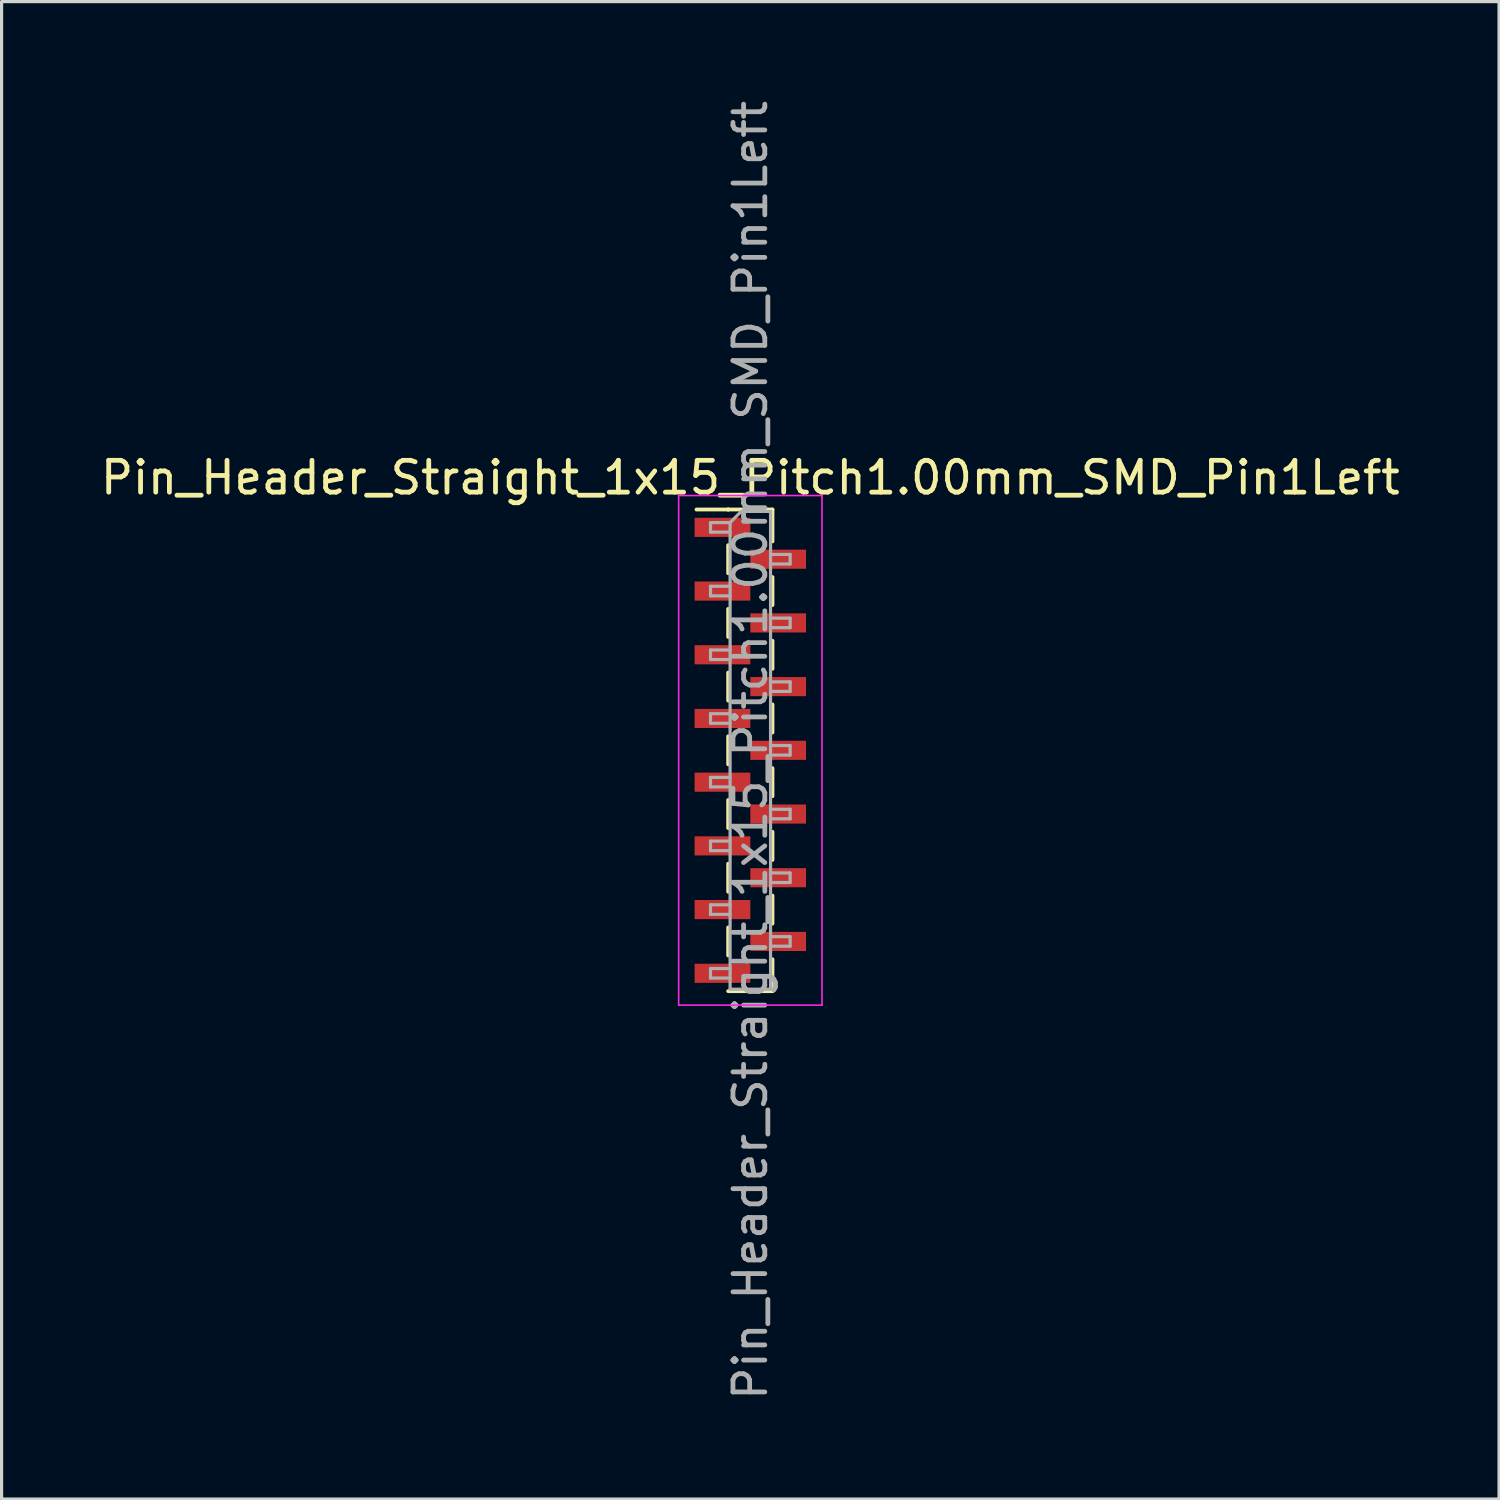
<source format=kicad_pcb>
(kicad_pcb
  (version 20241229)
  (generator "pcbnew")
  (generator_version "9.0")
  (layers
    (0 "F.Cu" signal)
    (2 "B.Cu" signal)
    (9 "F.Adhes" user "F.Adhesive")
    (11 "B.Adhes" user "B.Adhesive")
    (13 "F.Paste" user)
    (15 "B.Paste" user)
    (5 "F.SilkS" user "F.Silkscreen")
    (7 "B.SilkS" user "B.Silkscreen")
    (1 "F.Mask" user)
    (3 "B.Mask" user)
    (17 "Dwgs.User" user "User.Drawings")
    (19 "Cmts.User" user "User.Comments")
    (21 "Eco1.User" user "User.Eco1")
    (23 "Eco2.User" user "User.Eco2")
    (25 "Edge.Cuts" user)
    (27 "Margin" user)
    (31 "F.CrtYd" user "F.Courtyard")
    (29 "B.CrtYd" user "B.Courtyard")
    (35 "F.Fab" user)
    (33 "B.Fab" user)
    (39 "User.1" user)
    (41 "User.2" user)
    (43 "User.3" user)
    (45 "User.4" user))
  (footprint "Pin_Header_Straight_1x15_Pitch1.00mm_SMD_Pin1Left"
    (layer "F.Cu")
    (at 20.506 20.506)
    (property "Reference" "Pin_Header_Straight_1x15_Pitch1.00mm_SMD_Pin1Left" (at 0 -8.56 0) (layer "F.SilkS") (effects (font (size 1 1) (thickness 0.15))))
    (attr smd)
    (fp_line (start -0.695 -7.56) (end -1.69 -7.56) (stroke (width 0.12) (type solid)) (layer "F.SilkS"))
    (fp_line (start -0.695 -7.56) (end -0.695 -7.56) (stroke (width 0.12) (type solid)) (layer "F.SilkS"))
    (fp_line (start -0.695 -7.56) (end 0.695 -7.56) (stroke (width 0.12) (type solid)) (layer "F.SilkS"))
    (fp_line (start -0.695 -6.44) (end -0.695 -5.56) (stroke (width 0.12) (type solid)) (layer "F.SilkS"))
    (fp_line (start -0.695 -4.44) (end -0.695 -3.56) (stroke (width 0.12) (type solid)) (layer "F.SilkS"))
    (fp_line (start -0.695 -2.44) (end -0.695 -1.56) (stroke (width 0.12) (type solid)) (layer "F.SilkS"))
    (fp_line (start -0.695 -0.44) (end -0.695 0.44) (stroke (width 0.12) (type solid)) (layer "F.SilkS"))
    (fp_line (start -0.695 1.56) (end -0.695 2.44) (stroke (width 0.12) (type solid)) (layer "F.SilkS"))
    (fp_line (start -0.695 3.56) (end -0.695 4.44) (stroke (width 0.12) (type solid)) (layer "F.SilkS"))
    (fp_line (start -0.695 5.56) (end -0.695 6.44) (stroke (width 0.12) (type solid)) (layer "F.SilkS"))
    (fp_line (start -0.695 7.56) (end 0.695 7.56) (stroke (width 0.12) (type solid)) (layer "F.SilkS"))
    (fp_line (start 0.695 -7.56) (end 0.695 -6.56) (stroke (width 0.12) (type solid)) (layer "F.SilkS"))
    (fp_line (start 0.695 -5.44) (end 0.695 -4.56) (stroke (width 0.12) (type solid)) (layer "F.SilkS"))
    (fp_line (start 0.695 -3.44) (end 0.695 -2.56) (stroke (width 0.12) (type solid)) (layer "F.SilkS"))
    (fp_line (start 0.695 -1.44) (end 0.695 -0.56) (stroke (width 0.12) (type solid)) (layer "F.SilkS"))
    (fp_line (start 0.695 0.56) (end 0.695 1.44) (stroke (width 0.12) (type solid)) (layer "F.SilkS"))
    (fp_line (start 0.695 2.56) (end 0.695 3.44) (stroke (width 0.12) (type solid)) (layer "F.SilkS"))
    (fp_line (start 0.695 4.56) (end 0.695 5.44) (stroke (width 0.12) (type solid)) (layer "F.SilkS"))
    (fp_line (start 0.695 6.56) (end 0.695 7.56) (stroke (width 0.12) (type solid)) (layer "F.SilkS"))
    (fp_line (start 0.695 7.56) (end 0.695 7.56) (stroke (width 0.12) (type solid)) (layer "F.SilkS"))
    (fp_line (start -2.25 -8) (end -2.25 8) (stroke (width 0.05) (type solid)) (layer "F.CrtYd"))
    (fp_line (start -2.25 8) (end 2.25 8) (stroke (width 0.05) (type solid)) (layer "F.CrtYd"))
    (fp_line (start 2.25 -8) (end -2.25 -8) (stroke (width 0.05) (type solid)) (layer "F.CrtYd"))
    (fp_line (start 2.25 8) (end 2.25 -8) (stroke (width 0.05) (type solid)) (layer "F.CrtYd"))
    (fp_line (start -1.25 -7.15) (end -1.25 -6.85) (stroke (width 0.1) (type solid)) (layer "F.Fab"))
    (fp_line (start -1.25 -6.85) (end -0.635 -6.85) (stroke (width 0.1) (type solid)) (layer "F.Fab"))
    (fp_line (start -1.25 -5.15) (end -1.25 -4.85) (stroke (width 0.1) (type solid)) (layer "F.Fab"))
    (fp_line (start -1.25 -4.85) (end -0.635 -4.85) (stroke (width 0.1) (type solid)) (layer "F.Fab"))
    (fp_line (start -1.25 -3.15) (end -1.25 -2.85) (stroke (width 0.1) (type solid)) (layer "F.Fab"))
    (fp_line (start -1.25 -2.85) (end -0.635 -2.85) (stroke (width 0.1) (type solid)) (layer "F.Fab"))
    (fp_line (start -1.25 -1.15) (end -1.25 -0.85) (stroke (width 0.1) (type solid)) (layer "F.Fab"))
    (fp_line (start -1.25 -0.85) (end -0.635 -0.85) (stroke (width 0.1) (type solid)) (layer "F.Fab"))
    (fp_line (start -1.25 0.85) (end -1.25 1.15) (stroke (width 0.1) (type solid)) (layer "F.Fab"))
    (fp_line (start -1.25 1.15) (end -0.635 1.15) (stroke (width 0.1) (type solid)) (layer "F.Fab"))
    (fp_line (start -1.25 2.85) (end -1.25 3.15) (stroke (width 0.1) (type solid)) (layer "F.Fab"))
    (fp_line (start -1.25 3.15) (end -0.635 3.15) (stroke (width 0.1) (type solid)) (layer "F.Fab"))
    (fp_line (start -1.25 4.85) (end -1.25 5.15) (stroke (width 0.1) (type solid)) (layer "F.Fab"))
    (fp_line (start -1.25 5.15) (end -0.635 5.15) (stroke (width 0.1) (type solid)) (layer "F.Fab"))
    (fp_line (start -1.25 6.85) (end -1.25 7.15) (stroke (width 0.1) (type solid)) (layer "F.Fab"))
    (fp_line (start -1.25 7.15) (end -0.635 7.15) (stroke (width 0.1) (type solid)) (layer "F.Fab"))
    (fp_line (start -0.635 -7.15) (end -1.25 -7.15) (stroke (width 0.1) (type solid)) (layer "F.Fab"))
    (fp_line (start -0.635 -7.15) (end -0.285 -7.5) (stroke (width 0.1) (type solid)) (layer "F.Fab"))
    (fp_line (start -0.635 -5.15) (end -1.25 -5.15) (stroke (width 0.1) (type solid)) (layer "F.Fab"))
    (fp_line (start -0.635 -3.15) (end -1.25 -3.15) (stroke (width 0.1) (type solid)) (layer "F.Fab"))
    (fp_line (start -0.635 -1.15) (end -1.25 -1.15) (stroke (width 0.1) (type solid)) (layer "F.Fab"))
    (fp_line (start -0.635 0.85) (end -1.25 0.85) (stroke (width 0.1) (type solid)) (layer "F.Fab"))
    (fp_line (start -0.635 2.85) (end -1.25 2.85) (stroke (width 0.1) (type solid)) (layer "F.Fab"))
    (fp_line (start -0.635 4.85) (end -1.25 4.85) (stroke (width 0.1) (type solid)) (layer "F.Fab"))
    (fp_line (start -0.635 6.85) (end -1.25 6.85) (stroke (width 0.1) (type solid)) (layer "F.Fab"))
    (fp_line (start -0.635 7.5) (end -0.635 -7.15) (stroke (width 0.1) (type solid)) (layer "F.Fab"))
    (fp_line (start -0.285 -7.5) (end 0.635 -7.5) (stroke (width 0.1) (type solid)) (layer "F.Fab"))
    (fp_line (start 0.635 -7.5) (end 0.635 7.5) (stroke (width 0.1) (type solid)) (layer "F.Fab"))
    (fp_line (start 0.635 -6.15) (end 1.25 -6.15) (stroke (width 0.1) (type solid)) (layer "F.Fab"))
    (fp_line (start 0.635 -4.15) (end 1.25 -4.15) (stroke (width 0.1) (type solid)) (layer "F.Fab"))
    (fp_line (start 0.635 -2.15) (end 1.25 -2.15) (stroke (width 0.1) (type solid)) (layer "F.Fab"))
    (fp_line (start 0.635 -0.15) (end 1.25 -0.15) (stroke (width 0.1) (type solid)) (layer "F.Fab"))
    (fp_line (start 0.635 1.85) (end 1.25 1.85) (stroke (width 0.1) (type solid)) (layer "F.Fab"))
    (fp_line (start 0.635 3.85) (end 1.25 3.85) (stroke (width 0.1) (type solid)) (layer "F.Fab"))
    (fp_line (start 0.635 5.85) (end 1.25 5.85) (stroke (width 0.1) (type solid)) (layer "F.Fab"))
    (fp_line (start 0.635 7.5) (end -0.635 7.5) (stroke (width 0.1) (type solid)) (layer "F.Fab"))
    (fp_line (start 1.25 -6.15) (end 1.25 -5.85) (stroke (width 0.1) (type solid)) (layer "F.Fab"))
    (fp_line (start 1.25 -5.85) (end 0.635 -5.85) (stroke (width 0.1) (type solid)) (layer "F.Fab"))
    (fp_line (start 1.25 -4.15) (end 1.25 -3.85) (stroke (width 0.1) (type solid)) (layer "F.Fab"))
    (fp_line (start 1.25 -3.85) (end 0.635 -3.85) (stroke (width 0.1) (type solid)) (layer "F.Fab"))
    (fp_line (start 1.25 -2.15) (end 1.25 -1.85) (stroke (width 0.1) (type solid)) (layer "F.Fab"))
    (fp_line (start 1.25 -1.85) (end 0.635 -1.85) (stroke (width 0.1) (type solid)) (layer "F.Fab"))
    (fp_line (start 1.25 -0.15) (end 1.25 0.15) (stroke (width 0.1) (type solid)) (layer "F.Fab"))
    (fp_line (start 1.25 0.15) (end 0.635 0.15) (stroke (width 0.1) (type solid)) (layer "F.Fab"))
    (fp_line (start 1.25 1.85) (end 1.25 2.15) (stroke (width 0.1) (type solid)) (layer "F.Fab"))
    (fp_line (start 1.25 2.15) (end 0.635 2.15) (stroke (width 0.1) (type solid)) (layer "F.Fab"))
    (fp_line (start 1.25 3.85) (end 1.25 4.15) (stroke (width 0.1) (type solid)) (layer "F.Fab"))
    (fp_line (start 1.25 4.15) (end 0.635 4.15) (stroke (width 0.1) (type solid)) (layer "F.Fab"))
    (fp_line (start 1.25 5.85) (end 1.25 6.15) (stroke (width 0.1) (type solid)) (layer "F.Fab"))
    (fp_line (start 1.25 6.15) (end 0.635 6.15) (stroke (width 0.1) (type solid)) (layer "F.Fab"))
    (fp_text user "${REFERENCE}" (at 0 0 90) (layer "F.Fab") (effects (font (size 1 1) (thickness 0.15))))
    (pad "1" smd rect (at -0.875 -7) (size 1.75 0.6) (layers "F.Cu" "F.Mask" "F.Paste"))
    (pad "2" smd rect (at 0.875 -6) (size 1.75 0.6) (layers "F.Cu" "F.Mask" "F.Paste"))
    (pad "3" smd rect (at -0.875 -5) (size 1.75 0.6) (layers "F.Cu" "F.Mask" "F.Paste"))
    (pad "4" smd rect (at 0.875 -4) (size 1.75 0.6) (layers "F.Cu" "F.Mask" "F.Paste"))
    (pad "5" smd rect (at -0.875 -3) (size 1.75 0.6) (layers "F.Cu" "F.Mask" "F.Paste"))
    (pad "6" smd rect (at 0.875 -2) (size 1.75 0.6) (layers "F.Cu" "F.Mask" "F.Paste"))
    (pad "7" smd rect (at -0.875 -1) (size 1.75 0.6) (layers "F.Cu" "F.Mask" "F.Paste"))
    (pad "8" smd rect (at 0.875 0) (size 1.75 0.6) (layers "F.Cu" "F.Mask" "F.Paste"))
    (pad "9" smd rect (at -0.875 1) (size 1.75 0.6) (layers "F.Cu" "F.Mask" "F.Paste"))
    (pad "10" smd rect (at 0.875 2) (size 1.75 0.6) (layers "F.Cu" "F.Mask" "F.Paste"))
    (pad "11" smd rect (at -0.875 3) (size 1.75 0.6) (layers "F.Cu" "F.Mask" "F.Paste"))
    (pad "12" smd rect (at 0.875 4) (size 1.75 0.6) (layers "F.Cu" "F.Mask" "F.Paste"))
    (pad "13" smd rect (at -0.875 5) (size 1.75 0.6) (layers "F.Cu" "F.Mask" "F.Paste"))
    (pad "14" smd rect (at 0.875 6) (size 1.75 0.6) (layers "F.Cu" "F.Mask" "F.Paste"))
    (pad "15" smd rect (at -0.875 7) (size 1.75 0.6) (layers "F.Cu" "F.Mask" "F.Paste")))
  (gr_rect
    (start -3 -3)
    (end 44.012 44.012)
    (stroke (width 0.1) (type default))
    (fill no)
    (layer "Edge.Cuts")))
</source>
